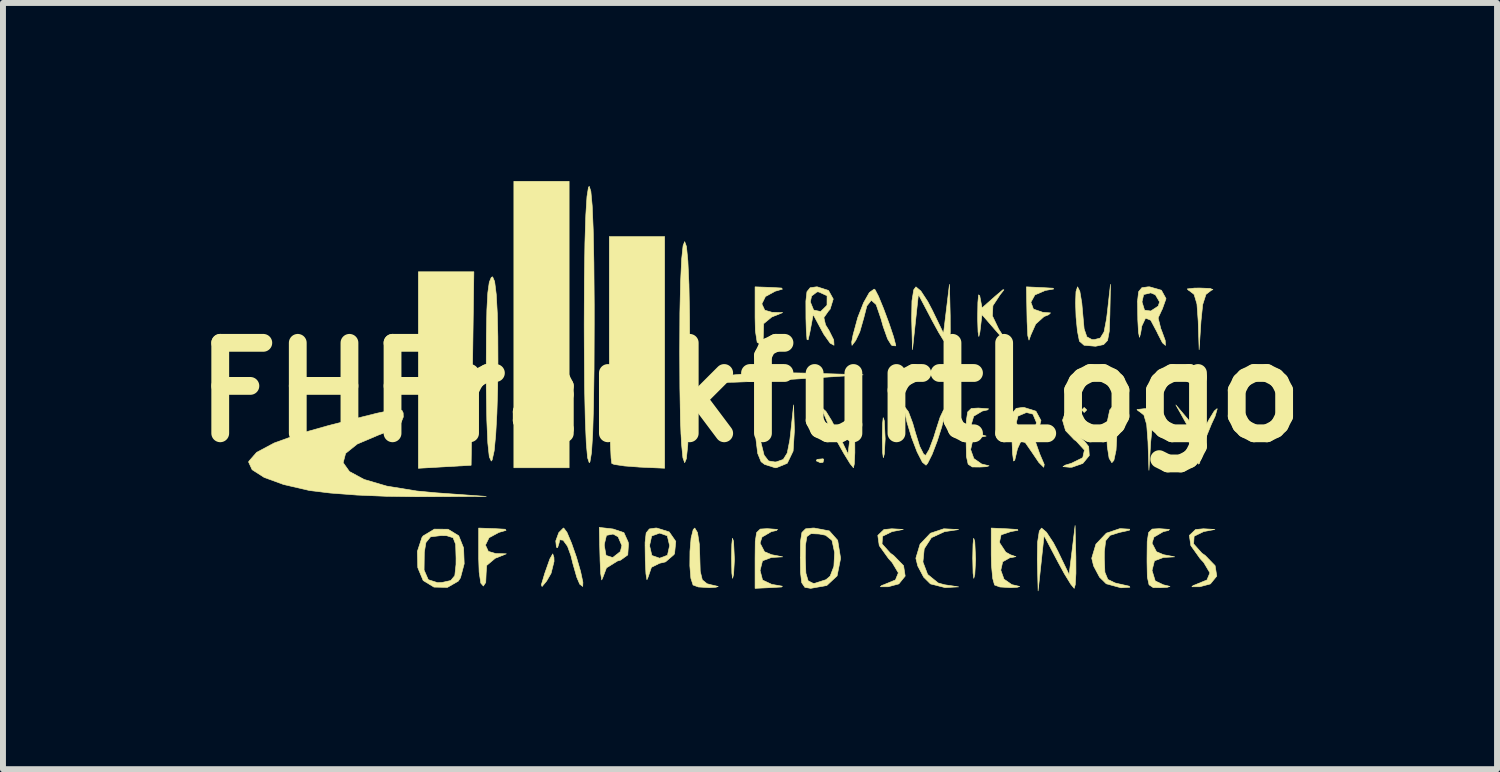
<source format=kicad_pcb>
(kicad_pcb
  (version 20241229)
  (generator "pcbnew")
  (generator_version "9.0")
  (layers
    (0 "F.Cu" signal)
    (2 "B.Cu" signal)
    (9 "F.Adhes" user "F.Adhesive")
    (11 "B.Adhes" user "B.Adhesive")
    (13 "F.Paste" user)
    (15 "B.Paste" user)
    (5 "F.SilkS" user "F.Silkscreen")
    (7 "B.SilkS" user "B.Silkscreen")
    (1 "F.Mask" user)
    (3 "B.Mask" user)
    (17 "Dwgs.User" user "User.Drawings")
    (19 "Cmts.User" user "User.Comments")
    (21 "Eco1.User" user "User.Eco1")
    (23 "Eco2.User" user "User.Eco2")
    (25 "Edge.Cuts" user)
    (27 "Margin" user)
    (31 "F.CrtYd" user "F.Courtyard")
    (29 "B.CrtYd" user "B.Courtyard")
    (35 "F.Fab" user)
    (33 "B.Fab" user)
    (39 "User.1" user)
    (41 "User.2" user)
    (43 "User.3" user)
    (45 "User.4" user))
  (footprint "FHFrankfurtLogo"
    (layer "F.Cu")
    (at 9.587 3.561)
    (property "Reference" "FHFrankfurtLogo" (at 0 0 0) (layer "F.SilkS") (effects (font (size 1.524 1.524) (thickness 0.3))))
    (attr through_hole)
    (fp_poly (pts (xy -3.048 1.27) (xy -3.979 1.27) (xy -3.979 -3.556) (xy -3.048 -3.556) (xy -3.048 1.27)) (stroke (width 0.01) (type solid)) (fill yes) (layer "F.SilkS"))
    (fp_poly (pts (xy 5.673 0.296) (xy 5.63 0.339) (xy 5.588 0.296) (xy 5.63 0.254) (xy 5.673 0.296)) (stroke (width 0.01) (type solid)) (fill yes) (layer "F.SilkS"))
    (fp_poly (pts (xy -4.676 -0.402) (xy -4.699 1.228) (xy -5.588 1.279) (xy -5.588 -2.032) (xy -4.653 -2.032) (xy -4.676 -0.402)) (stroke (width 0.01) (type solid)) (fill yes) (layer "F.SilkS"))
    (fp_poly (pts (xy 1.242 1.129) (xy 1.23 1.179) (xy 1.185 1.185) (xy 1.116 1.154) (xy 1.129 1.129) (xy 1.229 1.119) (xy 1.242 1.129)) (stroke (width 0.01) (type solid)) (fill yes) (layer "F.SilkS"))
    (fp_poly (pts (xy 1.185 0.559) (xy 1.196 0.57) (xy 1.263 0.681) (xy 1.254 0.722) (xy 1.191 0.696) (xy 1.148 0.617) (xy 1.123 0.519) (xy 1.185 0.559)) (stroke (width 0.01) (type solid)) (fill yes) (layer "F.SilkS"))
    (fp_poly (pts (xy -3.304 2.781) (xy -3.302 2.848) (xy -3.352 3.048) (xy -3.428 3.18) (xy -3.504 3.271) (xy -3.516 3.242) (xy -3.466 3.075) (xy -3.458 3.048) (xy -3.373 2.807) (xy -3.324 2.721) (xy -3.304 2.781)) (stroke (width 0.01) (type solid)) (fill yes) (layer "F.SilkS"))
    (fp_poly (pts (xy -0.28 2.502) (xy -0.277 2.519) (xy -0.263 2.816) (xy -0.277 3.069) (xy -0.294 3.133) (xy -0.306 3.047) (xy -0.311 2.829) (xy -0.312 2.794) (xy -0.307 2.561) (xy -0.296 2.458) (xy -0.28 2.502)) (stroke (width 0.01) (type solid)) (fill yes) (layer "F.SilkS"))
    (fp_poly (pts (xy 2.26 0.47) (xy 2.263 0.487) (xy 2.277 0.784) (xy 2.263 1.037) (xy 2.246 1.101) (xy 2.234 1.015) (xy 2.229 0.797) (xy 2.228 0.762) (xy 2.233 0.529) (xy 2.244 0.426) (xy 2.26 0.47)) (stroke (width 0.01) (type solid)) (fill yes) (layer "F.SilkS"))
    (fp_poly (pts (xy 3.784 2.502) (xy 3.787 2.519) (xy 3.801 2.816) (xy 3.787 3.069) (xy 3.77 3.133) (xy 3.758 3.047) (xy 3.753 2.829) (xy 3.752 2.794) (xy 3.757 2.561) (xy 3.768 2.458) (xy 3.784 2.502)) (stroke (width 0.01) (type solid)) (fill yes) (layer "F.SilkS"))
    (fp_poly (pts (xy 6.142 0.331) (xy 6.173 0.528) (xy 6.181 0.72) (xy 6.167 0.975) (xy 6.131 1.144) (xy 6.096 1.185) (xy 6.05 1.109) (xy 6.019 0.911) (xy 6.011 0.72) (xy 6.025 0.465) (xy 6.061 0.296) (xy 6.096 0.254) (xy 6.142 0.331)) (stroke (width 0.01) (type solid)) (fill yes) (layer "F.SilkS"))
    (fp_poly (pts (xy -1.439 1.278) (xy -1.864 1.259) (xy -2.115 1.24) (xy -2.288 1.214) (xy -2.329 1.198) (xy -2.341 1.105) (xy -2.352 0.868) (xy -2.361 0.51) (xy -2.367 0.057) (xy -2.37 -0.466) (xy -2.371 -0.734) (xy -2.371 -2.625) (xy -1.439 -2.625) (xy -1.439 1.278)) (stroke (width 0.01) (type solid)) (fill yes) (layer "F.SilkS"))
    (fp_poly (pts (xy 1.016 -0.323) (xy 1.905 -0.296) (xy 0.571 -0.212) (xy 0.118 -0.186) (xy -0.269 -0.171) (xy -0.561 -0.167) (xy -0.731 -0.174) (xy -0.762 -0.184) (xy -0.682 -0.235) (xy -0.461 -0.277) (xy -0.127 -0.308) (xy 0.291 -0.325) (xy 0.766 -0.328) (xy 1.016 -0.323)) (stroke (width 0.01) (type solid)) (fill yes) (layer "F.SilkS"))
    (fp_poly (pts (xy 6.906 0.281) (xy 6.952 0.301) (xy 6.926 0.312) (xy 6.835 0.381) (xy 6.78 0.552) (xy 6.751 0.831) (xy 6.721 1.312) (xy 6.705 0.832) (xy 6.683 0.542) (xy 6.636 0.382) (xy 6.55 0.315) (xy 6.54 0.312) (xy 6.52 0.289) (xy 6.641 0.275) (xy 6.731 0.274) (xy 6.906 0.281)) (stroke (width 0.01) (type solid)) (fill yes) (layer "F.SilkS"))
    (fp_poly (pts (xy 7.753 -1.751) (xy 7.799 -1.731) (xy 7.772 -1.72) (xy 7.682 -1.651) (xy 7.627 -1.48) (xy 7.598 -1.201) (xy 7.567 -0.72) (xy 7.551 -1.2) (xy 7.53 -1.49) (xy 7.482 -1.65) (xy 7.396 -1.717) (xy 7.387 -1.72) (xy 7.367 -1.743) (xy 7.488 -1.757) (xy 7.578 -1.758) (xy 7.753 -1.751)) (stroke (width 0.01) (type solid)) (fill yes) (layer "F.SilkS"))
    (fp_poly (pts (xy 1.765 0.741) (xy 1.766 1.015) (xy 1.757 1.206) (xy 1.742 1.27) (xy 1.687 1.202) (xy 1.577 1.023) (xy 1.446 0.79) (xy 1.318 0.538) (xy 1.239 0.351) (xy 1.224 0.272) (xy 1.278 0.319) (xy 1.377 0.48) (xy 1.457 0.636) (xy 1.651 1.038) (xy 1.701 0.625) (xy 1.751 0.212) (xy 1.765 0.741)) (stroke (width 0.01) (type solid)) (fill yes) (layer "F.SilkS"))
    (fp_poly (pts (xy 7.597 0.711) (xy 7.732 0.461) (xy 7.822 0.314) (xy 7.869 0.274) (xy 7.871 0.281) (xy 7.836 0.402) (xy 7.774 0.535) (xy 7.687 0.749) (xy 7.615 1.009) (xy 7.614 1.016) (xy 7.575 1.192) (xy 7.555 1.209) (xy 7.545 1.084) (xy 7.497 0.865) (xy 7.39 0.601) (xy 7.355 0.534) (xy 7.175 0.212) (xy 7.597 0.711)) (stroke (width 0.01) (type solid)) (fill yes) (layer "F.SilkS"))
    (fp_poly (pts (xy -4.297 2.296) (xy -4.125 2.306) (xy -4.111 2.325) (xy -4.233 2.36) (xy -4.397 2.449) (xy -4.458 2.573) (xy -4.409 2.679) (xy -4.287 2.715) (xy -4.106 2.72) (xy -4.293 2.795) (xy -4.437 2.916) (xy -4.446 3.042) (xy -4.453 3.203) (xy -4.493 3.263) (xy -4.536 3.214) (xy -4.564 3.029) (xy -4.572 2.799) (xy -4.572 2.286) (xy -4.297 2.296)) (stroke (width 0.01) (type solid)) (fill yes) (layer "F.SilkS"))
    (fp_poly (pts (xy -0.885 2.362) (xy -0.854 2.56) (xy -0.847 2.746) (xy -0.839 3.015) (xy -0.804 3.159) (xy -0.725 3.224) (xy -0.656 3.242) (xy -0.536 3.27) (xy -0.574 3.283) (xy -0.684 3.29) (xy -0.87 3.279) (xy -0.96 3.246) (xy -0.997 3.131) (xy -1.014 2.922) (xy -1.012 2.678) (xy -0.993 2.454) (xy -0.957 2.311) (xy -0.931 2.286) (xy -0.885 2.362)) (stroke (width 0.01) (type solid)) (fill yes) (layer "F.SilkS"))
    (fp_poly (pts (xy 0.36 -1.768) (xy 0.532 -1.758) (xy 0.545 -1.739) (xy 0.423 -1.704) (xy 0.26 -1.615) (xy 0.199 -1.491) (xy 0.248 -1.385) (xy 0.369 -1.349) (xy 0.55 -1.344) (xy 0.366 -1.27) (xy 0.229 -1.157) (xy 0.226 -1.031) (xy 0.221 -0.871) (xy 0.177 -0.809) (xy 0.12 -0.844) (xy 0.09 -1.038) (xy 0.085 -1.265) (xy 0.085 -1.778) (xy 0.36 -1.768)) (stroke (width 0.01) (type solid)) (fill yes) (layer "F.SilkS"))
    (fp_poly (pts (xy 3.286 2.299) (xy 3.514 2.311) (xy 3.276 2.347) (xy 3.056 2.448) (xy 2.935 2.635) (xy 2.913 2.858) (xy 2.992 3.067) (xy 3.169 3.211) (xy 3.276 3.241) (xy 3.514 3.277) (xy 3.286 3.289) (xy 3.04 3.227) (xy 2.926 3.114) (xy 2.826 2.925) (xy 2.794 2.794) (xy 2.865 2.557) (xy 3.04 2.373) (xy 3.265 2.298) (xy 3.286 2.299)) (stroke (width 0.01) (type solid)) (fill yes) (layer "F.SilkS"))
    (fp_poly (pts (xy 4.932 -1.765) (xy 5.105 -1.755) (xy 5.116 -1.742) (xy 4.974 -1.717) (xy 4.8 -1.642) (xy 4.732 -1.519) (xy 4.775 -1.403) (xy 4.932 -1.349) (xy 5.063 -1.339) (xy 5.031 -1.308) (xy 4.953 -1.277) (xy 4.813 -1.151) (xy 4.73 -0.965) (xy 4.7 -0.881) (xy 4.68 -0.955) (xy 4.668 -1.193) (xy 4.667 -1.249) (xy 4.657 -1.778) (xy 4.932 -1.765)) (stroke (width 0.01) (type solid)) (fill yes) (layer "F.SilkS"))
    (fp_poly (pts (xy -3.084 2.359) (xy -3.007 2.542) (xy -2.924 2.779) (xy -2.855 3.017) (xy -2.816 3.2) (xy -2.819 3.27) (xy -2.869 3.232) (xy -2.919 3.115) (xy -2.985 2.884) (xy -3.017 2.753) (xy -3.075 2.593) (xy -3.149 2.491) (xy -3.206 2.483) (xy -3.217 2.537) (xy -3.242 2.616) (xy -3.262 2.609) (xy -3.273 2.503) (xy -3.222 2.363) (xy -3.145 2.286) (xy -3.139 2.286) (xy -3.084 2.359)) (stroke (width 0.01) (type solid)) (fill yes) (layer "F.SilkS"))
    (fp_poly (pts (xy -1.071 -2.457) (xy -1.047 -2.213) (xy -1.029 -1.817) (xy -1.019 -1.278) (xy -1.016 -0.677) (xy -1.02 -0.017) (xy -1.031 0.509) (xy -1.049 0.89) (xy -1.073 1.118) (xy -1.101 1.185) (xy -1.131 1.102) (xy -1.155 0.858) (xy -1.172 0.463) (xy -1.182 -0.076) (xy -1.185 -0.677) (xy -1.182 -1.338) (xy -1.17 -1.863) (xy -1.152 -2.244) (xy -1.128 -2.472) (xy -1.101 -2.54) (xy -1.071 -2.457)) (stroke (width 0.01) (type solid)) (fill yes) (layer "F.SilkS"))
    (fp_poly (pts (xy 3.373 -1.291) (xy 3.374 -1.017) (xy 3.364 -0.826) (xy 3.346 -0.762) (xy 3.288 -0.831) (xy 3.179 -1.009) (xy 3.071 -1.206) (xy 2.837 -1.651) (xy 2.787 -1.185) (xy 2.737 -0.72) (xy 2.723 -1.249) (xy 2.728 -1.541) (xy 2.758 -1.728) (xy 2.795 -1.778) (xy 2.878 -1.708) (xy 2.995 -1.529) (xy 3.07 -1.386) (xy 3.26 -0.994) (xy 3.31 -1.407) (xy 3.36 -1.82) (xy 3.373 -1.291)) (stroke (width 0.01) (type solid)) (fill yes) (layer "F.SilkS"))
    (fp_poly (pts (xy 5.49 2.773) (xy 5.491 3.047) (xy 5.48 3.238) (xy 5.462 3.302) (xy 5.405 3.233) (xy 5.296 3.055) (xy 5.188 2.857) (xy 4.954 2.413) (xy 4.904 2.879) (xy 4.854 3.344) (xy 4.84 2.815) (xy 4.845 2.523) (xy 4.874 2.336) (xy 4.912 2.286) (xy 4.994 2.356) (xy 5.112 2.535) (xy 5.187 2.678) (xy 5.376 3.07) (xy 5.427 2.657) (xy 5.477 2.244) (xy 5.49 2.773)) (stroke (width 0.01) (type solid)) (fill yes) (layer "F.SilkS"))
    (fp_poly (pts (xy 2.582 2.309) (xy 2.392 2.346) (xy 2.233 2.424) (xy 2.224 2.553) (xy 2.365 2.71) (xy 2.418 2.747) (xy 2.587 2.92) (xy 2.614 3.095) (xy 2.507 3.227) (xy 2.328 3.275) (xy 2.196 3.275) (xy 2.22 3.252) (xy 2.244 3.245) (xy 2.45 3.16) (xy 2.499 3.041) (xy 2.395 2.867) (xy 2.334 2.8) (xy 2.177 2.581) (xy 2.153 2.41) (xy 2.256 2.311) (xy 2.389 2.298) (xy 2.582 2.309)) (stroke (width 0.01) (type solid)) (fill yes) (layer "F.SilkS"))
    (fp_poly (pts (xy 7.832 2.309) (xy 7.641 2.346) (xy 7.482 2.424) (xy 7.474 2.553) (xy 7.614 2.71) (xy 7.668 2.747) (xy 7.836 2.92) (xy 7.864 3.095) (xy 7.757 3.227) (xy 7.578 3.275) (xy 7.445 3.275) (xy 7.469 3.252) (xy 7.493 3.245) (xy 7.699 3.16) (xy 7.748 3.041) (xy 7.645 2.867) (xy 7.583 2.8) (xy 7.427 2.581) (xy 7.402 2.41) (xy 7.506 2.311) (xy 7.639 2.298) (xy 7.832 2.309)) (stroke (width 0.01) (type solid)) (fill yes) (layer "F.SilkS"))
    (fp_poly (pts (xy -4.303 -1.868) (xy -4.276 -1.652) (xy -4.258 -1.331) (xy -4.249 -0.938) (xy -4.247 -0.505) (xy -4.252 -0.063) (xy -4.265 0.354) (xy -4.285 0.714) (xy -4.311 0.986) (xy -4.345 1.138) (xy -4.36 1.157) (xy -4.393 1.086) (xy -4.418 0.853) (xy -4.435 0.465) (xy -4.444 -0.069) (xy -4.445 -0.381) (xy -4.442 -0.959) (xy -4.434 -1.386) (xy -4.418 -1.679) (xy -4.393 -1.857) (xy -4.359 -1.938) (xy -4.337 -1.947) (xy -4.303 -1.868)) (stroke (width 0.01) (type solid)) (fill yes) (layer "F.SilkS"))
    (fp_poly (pts (xy 5.449 0.292) (xy 5.421 0.31) (xy 5.338 0.425) (xy 5.381 0.583) (xy 5.487 0.694) (xy 5.642 0.832) (xy 5.706 0.914) (xy 5.716 1.064) (xy 5.607 1.197) (xy 5.425 1.261) (xy 5.387 1.262) (xy 5.273 1.251) (xy 5.313 1.225) (xy 5.412 1.196) (xy 5.606 1.1) (xy 5.634 0.972) (xy 5.496 0.821) (xy 5.462 0.797) (xy 5.316 0.644) (xy 5.265 0.469) (xy 5.315 0.331) (xy 5.4 0.288) (xy 5.449 0.292)) (stroke (width 0.01) (type solid)) (fill yes) (layer "F.SilkS"))
    (fp_poly (pts (xy 4.277 -1.727) (xy 4.212 -1.644) (xy 4.092 -1.461) (xy 4.084 -1.288) (xy 4.19 -1.066) (xy 4.241 -0.987) (xy 4.341 -0.835) (xy 4.352 -0.803) (xy 4.267 -0.896) (xy 4.164 -1.015) (xy 3.908 -1.31) (xy 3.873 -1.015) (xy 3.855 -0.941) (xy 3.842 -1.019) (xy 3.835 -1.232) (xy 3.835 -1.27) (xy 3.839 -1.515) (xy 3.851 -1.643) (xy 3.869 -1.63) (xy 3.871 -1.622) (xy 3.909 -1.423) (xy 4.134 -1.622) (xy 4.263 -1.731) (xy 4.277 -1.727)) (stroke (width 0.01) (type solid)) (fill yes) (layer "F.SilkS"))
    (fp_poly (pts (xy -2.682 -3.388) (xy -2.659 -3.141) (xy -2.642 -2.738) (xy -2.631 -2.185) (xy -2.625 -1.488) (xy -2.625 -1.143) (xy -2.628 -0.385) (xy -2.637 0.231) (xy -2.651 0.7) (xy -2.671 1.015) (xy -2.697 1.17) (xy -2.709 1.185) (xy -2.737 1.102) (xy -2.759 0.855) (xy -2.776 0.452) (xy -2.788 -0.101) (xy -2.793 -0.798) (xy -2.794 -1.143) (xy -2.791 -1.901) (xy -2.782 -2.517) (xy -2.767 -2.986) (xy -2.747 -3.301) (xy -2.722 -3.456) (xy -2.709 -3.471) (xy -2.682 -3.388)) (stroke (width 0.01) (type solid)) (fill yes) (layer "F.SilkS"))
    (fp_poly (pts (xy 0.318 2.298) (xy 0.463 2.309) (xy 0.447 2.327) (xy 0.36 2.346) (xy 0.202 2.438) (xy 0.169 2.54) (xy 0.244 2.685) (xy 0.36 2.734) (xy 0.55 2.771) (xy 0.36 2.782) (xy 0.21 2.838) (xy 0.169 3) (xy 0.211 3.162) (xy 0.365 3.235) (xy 0.402 3.241) (xy 0.545 3.266) (xy 0.533 3.279) (xy 0.36 3.289) (xy 0.085 3.302) (xy 0.085 2.794) (xy 0.088 2.513) (xy 0.111 2.362) (xy 0.172 2.303) (xy 0.289 2.296) (xy 0.318 2.298)) (stroke (width 0.01) (type solid)) (fill yes) (layer "F.SilkS"))
    (fp_poly (pts (xy 0.748 0.639) (xy 0.726 0.989) (xy 0.627 1.195) (xy 0.446 1.269) (xy 0.423 1.27) (xy 0.246 1.214) (xy 0.186 1.168) (xy 0.129 1.028) (xy 0.099 0.785) (xy 0.098 0.639) (xy 0.108 0.421) (xy 0.121 0.367) (xy 0.138 0.469) (xy 0.142 0.508) (xy 0.186 0.853) (xy 0.237 1.058) (xy 0.312 1.155) (xy 0.422 1.173) (xy 0.447 1.17) (xy 0.56 1.13) (xy 0.627 1.022) (xy 0.67 0.805) (xy 0.685 0.677) (xy 0.734 0.212) (xy 0.748 0.639)) (stroke (width 0.01) (type solid)) (fill yes) (layer "F.SilkS"))
    (fp_poly (pts (xy 2.669 0.328) (xy 2.741 0.519) (xy 2.786 0.677) (xy 2.858 0.908) (xy 2.926 1.043) (xy 2.96 1.061) (xy 3.019 0.961) (xy 3.096 0.756) (xy 3.133 0.635) (xy 3.203 0.418) (xy 3.26 0.298) (xy 3.28 0.288) (xy 3.279 0.386) (xy 3.23 0.582) (xy 3.154 0.82) (xy 3.068 1.044) (xy 2.992 1.196) (xy 2.965 1.227) (xy 2.904 1.177) (xy 2.815 1.003) (xy 2.723 0.762) (xy 2.644 0.501) (xy 2.605 0.318) (xy 2.614 0.254) (xy 2.669 0.328)) (stroke (width 0.01) (type solid)) (fill yes) (layer "F.SilkS"))
    (fp_poly (pts (xy 6.249 2.296) (xy 6.398 2.305) (xy 6.393 2.322) (xy 6.228 2.359) (xy 6.223 2.36) (xy 6.066 2.409) (xy 5.992 2.499) (xy 5.97 2.686) (xy 5.969 2.794) (xy 5.979 3.031) (xy 6.029 3.152) (xy 6.151 3.211) (xy 6.223 3.228) (xy 6.391 3.266) (xy 6.4 3.283) (xy 6.253 3.292) (xy 6.249 3.292) (xy 6.002 3.225) (xy 5.889 3.114) (xy 5.789 2.925) (xy 5.757 2.794) (xy 5.828 2.557) (xy 6.004 2.372) (xy 6.23 2.296) (xy 6.249 2.296)) (stroke (width 0.01) (type solid)) (fill yes) (layer "F.SilkS"))
    (fp_poly (pts (xy 2.107 -1.729) (xy 2.164 -1.62) (xy 2.25 -1.411) (xy 2.342 -1.163) (xy 2.418 -0.937) (xy 2.455 -0.795) (xy 2.455 -0.784) (xy 2.401 -0.787) (xy 2.381 -0.798) (xy 2.318 -0.901) (xy 2.243 -1.111) (xy 2.207 -1.239) (xy 2.125 -1.479) (xy 2.043 -1.552) (xy 1.968 -1.456) (xy 1.916 -1.253) (xy 1.849 -1.019) (xy 1.779 -0.872) (xy 1.718 -0.792) (xy 1.713 -0.849) (xy 1.736 -0.969) (xy 1.815 -1.26) (xy 1.913 -1.51) (xy 2.011 -1.683) (xy 2.091 -1.74) (xy 2.107 -1.729)) (stroke (width 0.01) (type solid)) (fill yes) (layer "F.SilkS"))
    (fp_poly (pts (xy 4.339 2.299) (xy 4.507 2.31) (xy 4.514 2.324) (xy 4.391 2.346) (xy 4.23 2.401) (xy 4.204 2.517) (xy 4.209 2.54) (xy 4.309 2.692) (xy 4.39 2.737) (xy 4.48 2.768) (xy 4.405 2.783) (xy 4.381 2.784) (xy 4.257 2.854) (xy 4.225 2.996) (xy 4.279 3.147) (xy 4.412 3.24) (xy 4.424 3.242) (xy 4.544 3.27) (xy 4.506 3.283) (xy 4.396 3.29) (xy 4.21 3.279) (xy 4.12 3.246) (xy 4.089 3.135) (xy 4.068 2.913) (xy 4.064 2.738) (xy 4.064 2.286) (xy 4.339 2.299)) (stroke (width 0.01) (type solid)) (fill yes) (layer "F.SilkS"))
    (fp_poly (pts (xy 6.063 -1.312) (xy 6.053 -1.03) (xy 6.024 -0.875) (xy 5.957 -0.805) (xy 5.832 -0.779) (xy 5.82 -0.777) (xy 5.628 -0.794) (xy 5.55 -0.862) (xy 5.516 -1.034) (xy 5.493 -1.269) (xy 5.485 -1.509) (xy 5.492 -1.698) (xy 5.518 -1.778) (xy 5.519 -1.778) (xy 5.557 -1.702) (xy 5.59 -1.505) (xy 5.605 -1.333) (xy 5.629 -1.07) (xy 5.675 -0.936) (xy 5.759 -0.891) (xy 5.8 -0.889) (xy 5.901 -0.915) (xy 5.965 -1.019) (xy 6.007 -1.24) (xy 6.021 -1.355) (xy 6.073 -1.82) (xy 6.063 -1.312)) (stroke (width 0.01) (type solid)) (fill yes) (layer "F.SilkS"))
    (fp_poly (pts (xy 6.921 2.298) (xy 7.067 2.309) (xy 7.051 2.327) (xy 6.964 2.346) (xy 6.806 2.438) (xy 6.773 2.54) (xy 6.848 2.685) (xy 6.964 2.734) (xy 7.154 2.771) (xy 6.964 2.782) (xy 6.814 2.838) (xy 6.773 3) (xy 6.827 3.177) (xy 6.964 3.242) (xy 7.075 3.269) (xy 7.031 3.284) (xy 6.921 3.29) (xy 6.793 3.289) (xy 6.723 3.242) (xy 6.694 3.111) (xy 6.689 2.856) (xy 6.689 2.794) (xy 6.692 2.513) (xy 6.715 2.362) (xy 6.776 2.303) (xy 6.893 2.296) (xy 6.921 2.298)) (stroke (width 0.01) (type solid)) (fill yes) (layer "F.SilkS"))
    (fp_poly (pts (xy -2.307 2.302) (xy -2.125 2.363) (xy -2.053 2.523) (xy -2.048 2.558) (xy -2.06 2.739) (xy -2.182 2.827) (xy -2.233 2.841) (xy -2.419 2.957) (xy -2.48 3.119) (xy -2.499 3.16) (xy -2.516 3.054) (xy -2.527 2.825) (xy -2.527 2.81) (xy -2.533 2.582) (xy -2.455 2.582) (xy -2.426 2.747) (xy -2.323 2.78) (xy -2.307 2.778) (xy -2.185 2.682) (xy -2.159 2.582) (xy -2.223 2.433) (xy -2.307 2.387) (xy -2.419 2.409) (xy -2.455 2.559) (xy -2.455 2.582) (xy -2.533 2.582) (xy -2.54 2.275) (xy -2.307 2.302)) (stroke (width 0.01) (type solid)) (fill yes) (layer "F.SilkS"))
    (fp_poly (pts (xy -1.362 2.351) (xy -1.251 2.511) (xy -1.271 2.712) (xy -1.281 2.733) (xy -1.424 2.856) (xy -1.523 2.879) (xy -1.661 2.947) (xy -1.717 3.111) (xy -1.737 3.157) (xy -1.754 3.055) (xy -1.765 2.828) (xy -1.765 2.815) (xy -1.768 2.582) (xy -1.693 2.582) (xy -1.654 2.748) (xy -1.524 2.794) (xy -1.391 2.744) (xy -1.355 2.582) (xy -1.394 2.416) (xy -1.524 2.371) (xy -1.657 2.42) (xy -1.693 2.582) (xy -1.768 2.582) (xy -1.768 2.527) (xy -1.75 2.368) (xy -1.696 2.301) (xy -1.593 2.286) (xy -1.569 2.286) (xy -1.362 2.351)) (stroke (width 0.01) (type solid)) (fill yes) (layer "F.SilkS"))
    (fp_poly (pts (xy 3.873 0.266) (xy 4.019 0.277) (xy 4.003 0.295) (xy 3.916 0.314) (xy 3.769 0.401) (xy 3.727 0.542) (xy 3.798 0.669) (xy 3.873 0.704) (xy 3.978 0.736) (xy 3.918 0.749) (xy 3.873 0.752) (xy 3.749 0.822) (xy 3.717 0.964) (xy 3.771 1.115) (xy 3.904 1.208) (xy 3.916 1.21) (xy 4.027 1.237) (xy 3.983 1.252) (xy 3.873 1.258) (xy 3.745 1.257) (xy 3.675 1.21) (xy 3.646 1.079) (xy 3.641 0.824) (xy 3.641 0.762) (xy 3.644 0.481) (xy 3.667 0.33) (xy 3.728 0.271) (xy 3.845 0.264) (xy 3.873 0.266)) (stroke (width 0.01) (type solid)) (fill yes) (layer "F.SilkS"))
    (fp_poly (pts (xy -5.088 2.306) (xy -4.908 2.416) (xy -4.826 2.621) (xy -4.816 2.888) (xy -4.879 3.125) (xy -4.916 3.181) (xy -5.099 3.286) (xy -5.325 3.281) (xy -5.507 3.17) (xy -5.581 2.994) (xy -5.492 2.994) (xy -5.421 3.156) (xy -5.264 3.206) (xy -5.186 3.202) (xy -5.042 3.17) (xy -4.974 3.087) (xy -4.954 2.902) (xy -4.953 2.794) (xy -4.96 2.56) (xy -5.003 2.449) (xy -5.111 2.415) (xy -5.207 2.413) (xy -5.383 2.434) (xy -5.461 2.53) (xy -5.488 2.696) (xy -5.492 2.994) (xy -5.581 2.994) (xy -5.598 2.952) (xy -5.605 2.68) (xy -5.528 2.446) (xy -5.507 2.418) (xy -5.318 2.304) (xy -5.088 2.306)) (stroke (width 0.01) (type solid)) (fill yes) (layer "F.SilkS"))
    (fp_poly (pts (xy 4.817 0.317) (xy 4.902 0.474) (xy 4.85 0.668) (xy 4.811 0.839) (xy 4.881 1.037) (xy 4.957 1.215) (xy 4.948 1.262) (xy 4.868 1.183) (xy 4.744 1) (xy 4.636 0.844) (xy 4.564 0.824) (xy 4.506 0.951) (xy 4.46 1.143) (xy 4.44 1.156) (xy 4.423 1.027) (xy 4.413 0.785) (xy 4.412 0.783) (xy 4.411 0.508) (xy 4.487 0.508) (xy 4.547 0.65) (xy 4.657 0.677) (xy 4.798 0.617) (xy 4.826 0.508) (xy 4.766 0.366) (xy 4.657 0.339) (xy 4.515 0.399) (xy 4.487 0.508) (xy 4.411 0.508) (xy 4.411 0.495) (xy 4.43 0.336) (xy 4.485 0.269) (xy 4.59 0.254) (xy 4.617 0.254) (xy 4.817 0.317)) (stroke (width 0.01) (type solid)) (fill yes) (layer "F.SilkS"))
    (fp_poly (pts (xy -5.865 0.303) (xy -5.844 0.346) (xy -5.842 0.414) (xy -5.842 0.415) (xy -5.892 0.537) (xy -6.063 0.644) (xy -6.259 0.718) (xy -6.617 0.87) (xy -6.814 1.028) (xy -6.855 1.185) (xy -6.749 1.334) (xy -6.502 1.467) (xy -6.121 1.579) (xy -5.612 1.662) (xy -5.292 1.692) (xy -4.445 1.753) (xy -5.63 1.758) (xy -6.128 1.751) (xy -6.627 1.73) (xy -7.073 1.696) (xy -7.41 1.655) (xy -7.433 1.651) (xy -7.86 1.552) (xy -8.186 1.433) (xy -8.389 1.303) (xy -8.448 1.175) (xy -8.444 1.16) (xy -8.312 1.01) (xy -8.018 0.853) (xy -7.567 0.69) (xy -7.109 0.561) (xy -6.628 0.437) (xy -6.288 0.352) (xy -6.063 0.304) (xy -5.93 0.288) (xy -5.865 0.303)) (stroke (width 0.01) (type solid)) (fill yes) (layer "F.SilkS"))
    (fp_poly (pts (xy 1.322 -1.717) (xy 1.402 -1.573) (xy 1.349 -1.401) (xy 1.321 -1.37) (xy 1.244 -1.26) (xy 1.272 -1.138) (xy 1.33 -1.044) (xy 1.41 -0.884) (xy 1.415 -0.794) (xy 1.35 -0.829) (xy 1.246 -0.975) (xy 1.216 -1.029) (xy 1.064 -1.312) (xy 1.009 -1.016) (xy 0.979 -0.885) (xy 0.96 -0.89) (xy 0.948 -1.044) (xy 0.942 -1.249) (xy 0.941 -1.524) (xy 1.016 -1.524) (xy 1.072 -1.387) (xy 1.19 -1.362) (xy 1.294 -1.465) (xy 1.297 -1.473) (xy 1.298 -1.628) (xy 1.158 -1.692) (xy 1.129 -1.693) (xy 1.037 -1.623) (xy 1.016 -1.524) (xy 0.941 -1.524) (xy 0.941 -1.538) (xy 0.959 -1.696) (xy 1.013 -1.763) (xy 1.117 -1.778) (xy 1.134 -1.778) (xy 1.322 -1.717)) (stroke (width 0.01) (type solid)) (fill yes) (layer "F.SilkS"))
    (fp_poly (pts (xy 1.336 2.334) (xy 1.477 2.493) (xy 1.524 2.782) (xy 1.524 2.808) (xy 1.467 3.092) (xy 1.293 3.254) (xy 1.022 3.302) (xy 0.924 3.285) (xy 0.871 3.207) (xy 0.85 3.031) (xy 0.847 2.794) (xy 0.847 2.788) (xy 0.931 2.788) (xy 0.941 3.046) (xy 0.979 3.175) (xy 1.061 3.216) (xy 1.09 3.217) (xy 1.279 3.156) (xy 1.35 3.096) (xy 1.413 2.931) (xy 1.425 2.701) (xy 1.424 2.694) (xy 1.381 2.494) (xy 1.273 2.407) (xy 1.164 2.386) (xy 1.027 2.38) (xy 0.958 2.429) (xy 0.934 2.575) (xy 0.931 2.788) (xy 0.847 2.788) (xy 0.85 2.513) (xy 0.874 2.361) (xy 0.936 2.299) (xy 1.056 2.286) (xy 1.084 2.286) (xy 1.336 2.334)) (stroke (width 0.01) (type solid)) (fill yes) (layer "F.SilkS"))
    (fp_poly (pts (xy 6.931 -1.721) (xy 7.009 -1.579) (xy 6.945 -1.4) (xy 6.94 -1.393) (xy 6.876 -1.254) (xy 6.922 -1.07) (xy 6.933 -1.045) (xy 6.995 -0.876) (xy 7 -0.791) (xy 6.949 -0.835) (xy 6.869 -0.99) (xy 6.859 -1.013) (xy 6.751 -1.216) (xy 6.664 -1.251) (xy 6.601 -1.118) (xy 6.581 -0.995) (xy 6.562 -0.928) (xy 6.545 -1.012) (xy 6.533 -1.23) (xy 6.533 -1.249) (xy 6.529 -1.524) (xy 6.604 -1.524) (xy 6.647 -1.385) (xy 6.752 -1.371) (xy 6.878 -1.454) (xy 6.9 -1.524) (xy 6.83 -1.644) (xy 6.752 -1.677) (xy 6.632 -1.648) (xy 6.604 -1.524) (xy 6.529 -1.524) (xy 6.529 -1.537) (xy 6.547 -1.696) (xy 6.601 -1.763) (xy 6.705 -1.778) (xy 6.734 -1.778) (xy 6.931 -1.721)) (stroke (width 0.01) (type solid)) (fill yes) (layer "F.SilkS")))
  (gr_rect
    (start -3 -3)
    (end 22.173 9.91)
    (stroke (width 0.1) (type default))
    (fill no)
    (layer "Edge.Cuts")))
</source>
